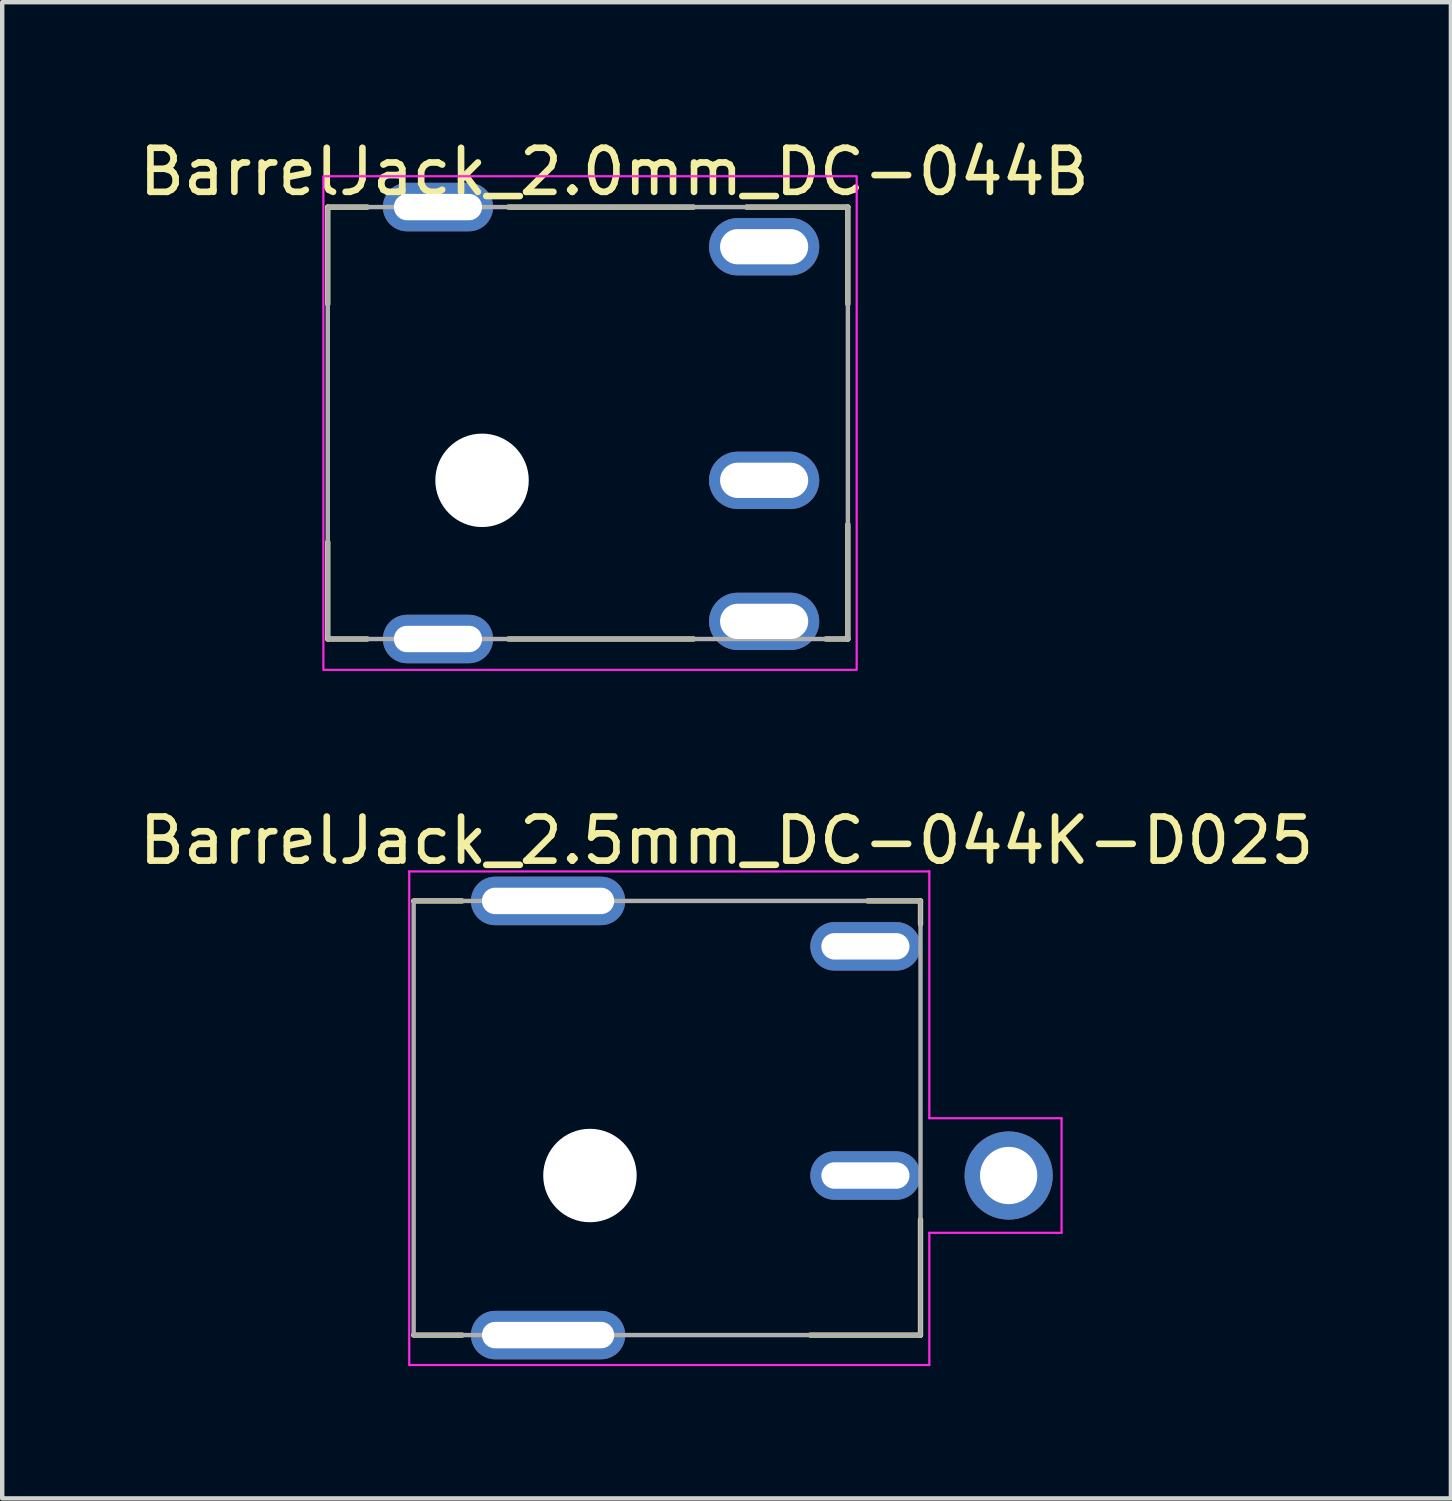
<source format=kicad_pcb>
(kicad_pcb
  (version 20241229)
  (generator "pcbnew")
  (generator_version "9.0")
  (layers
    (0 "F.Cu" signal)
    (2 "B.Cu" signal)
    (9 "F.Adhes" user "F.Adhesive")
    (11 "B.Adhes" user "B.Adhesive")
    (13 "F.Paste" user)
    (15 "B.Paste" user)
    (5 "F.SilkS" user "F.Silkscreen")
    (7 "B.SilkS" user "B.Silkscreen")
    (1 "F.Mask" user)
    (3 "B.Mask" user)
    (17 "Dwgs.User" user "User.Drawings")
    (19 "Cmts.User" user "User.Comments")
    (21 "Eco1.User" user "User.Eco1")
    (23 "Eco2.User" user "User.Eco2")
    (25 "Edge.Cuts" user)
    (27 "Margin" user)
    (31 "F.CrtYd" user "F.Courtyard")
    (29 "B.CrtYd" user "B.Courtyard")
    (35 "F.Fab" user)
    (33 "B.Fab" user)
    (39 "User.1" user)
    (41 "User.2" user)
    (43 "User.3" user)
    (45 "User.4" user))
  (footprint "BarrelJack_2.5mm_DC-044K-D025"
    (layer "F.Cu")
    (at 14.635 22.521)
    (property "Reference" "BarrelJack_2.5mm_DC-044K-D025" (at -1.2 -6.5 0) (unlocked yes) (layer "F.SilkS") (effects (font (size 1 1) (thickness 0.15))))
    (attr through_hole)
    (fp_line (start -7.2 -5.13) (end -8.3 -5.13) (stroke (width 0.12) (type solid)) (layer "F.SilkS"))
    (fp_line (start -7.2 4.72) (end -8.3 4.72) (stroke (width 0.12) (type solid)) (layer "F.SilkS"))
    (fp_line (start 3.2 -5.13) (end 2 -5.13) (stroke (width 0.12) (type solid)) (layer "F.SilkS"))
    (fp_line (start 3.2 -4.6) (end 3.2 -5.13) (stroke (width 0.12) (type solid)) (layer "F.SilkS"))
    (fp_line (start 3.2 2.1) (end 3.2 4.72) (stroke (width 0.12) (type solid)) (layer "F.SilkS"))
    (fp_line (start 3.2 4.72) (end 0.7 4.72) (stroke (width 0.12) (type solid)) (layer "F.SilkS"))
    (fp_line (start -8.4 -5.8) (end 3.4 -5.8) (stroke (width 0.05) (type solid)) (layer "F.CrtYd"))
    (fp_line (start -8.4 5.4) (end -8.4 -5.8) (stroke (width 0.05) (type solid)) (layer "F.CrtYd"))
    (fp_line (start 3.4 -5.8) (end 3.4 -0.2) (stroke (width 0.05) (type solid)) (layer "F.CrtYd"))
    (fp_line (start 3.4 -0.2) (end 6.4 -0.2) (stroke (width 0.05) (type solid)) (layer "F.CrtYd"))
    (fp_line (start 3.4 2.4) (end 3.4 5.4) (stroke (width 0.05) (type solid)) (layer "F.CrtYd"))
    (fp_line (start 3.4 5.4) (end -8.4 5.4) (stroke (width 0.05) (type solid)) (layer "F.CrtYd"))
    (fp_line (start 6.4 -0.2) (end 6.4 2.4) (stroke (width 0.05) (type solid)) (layer "F.CrtYd"))
    (fp_line (start 6.4 2.4) (end 3.4 2.4) (stroke (width 0.05) (type solid)) (layer "F.CrtYd"))
    (fp_rect (start -8.3 -5.13) (end 3.2 4.72) (stroke (width 0.1) (type solid)) (fill no) (layer "F.Fab"))
    (pad "" np_thru_hole circle (at -4.3 1.1 180) (size 2.12 2.12) (drill 2.12) (layers "*.Cu" "*.Mask"))
    (pad "1" thru_hole circle (at 5.2 1.1 180) (size 2 2) (drill 1.3) (layers "*.Cu" "*.Mask"))
    (pad "2" thru_hole oval (at 1.95 -4.1 180) (size 2.5 1.1) (drill oval 2 0.6) (layers "*.Cu" "*.Mask"))
    (pad "3" thru_hole oval (at 1.95 1.1 180) (size 2.5 1.1) (drill oval 2 0.6) (layers "*.Cu" "*.Mask"))
    (pad "MP" thru_hole oval (at -5.25 -5.13 180) (size 3.5 1.1) (drill oval 3 0.6) (layers "*.Cu" "*.Mask"))
    (pad "MP" thru_hole oval (at -5.25 4.72 180) (size 3.5 1.1) (drill oval 3 0.6) (layers "*.Cu" "*.Mask")))
  (footprint "BarrelJack_2.0mm_DC-044B"
    (layer "F.Cu")
    (at 3.887 7.848)
    (property "Reference" "BarrelJack_2.0mm_DC-044B" (at 7 -7 0) (unlocked yes) (layer "F.SilkS") (effects (font (size 1 1) (thickness 0.15))))
    (attr through_hole)
    (fp_line (start 0.5 -6.2) (end 0.5 -4) (stroke (width 0.12) (type solid)) (layer "F.SilkS"))
    (fp_line (start 0.5 1.4) (end 0.5 3.6) (stroke (width 0.12) (type solid)) (layer "F.SilkS"))
    (fp_line (start 1.4 -6.2) (end 0.5 -6.2) (stroke (width 0.12) (type solid)) (layer "F.SilkS"))
    (fp_line (start 1.4 3.6) (end 0.5 3.6) (stroke (width 0.12) (type solid)) (layer "F.SilkS"))
    (fp_line (start 4.6 -6.2) (end 8.8 -6.2) (stroke (width 0.12) (type solid)) (layer "F.SilkS"))
    (fp_line (start 4.6 3.6) (end 8.8 3.6) (stroke (width 0.12) (type solid)) (layer "F.SilkS"))
    (fp_line (start 10 -6.2) (end 12.3 -6.2) (stroke (width 0.12) (type solid)) (layer "F.SilkS"))
    (fp_line (start 11.8 3.6) (end 12.3 3.6) (stroke (width 0.12) (type solid)) (layer "F.SilkS"))
    (fp_line (start 12.3 -6.2) (end 12.3 -4) (stroke (width 0.12) (type solid)) (layer "F.SilkS"))
    (fp_line (start 12.3 3.6) (end 12.3 1) (stroke (width 0.12) (type solid)) (layer "F.SilkS"))
    (fp_rect (start 0.4 -6.9) (end 12.5 4.3) (stroke (width 0.05) (type solid)) (fill no) (layer "F.CrtYd"))
    (fp_rect (start 0.5 3.6) (end 12.3 -6.2) (stroke (width 0.1) (type solid)) (fill no) (layer "F.Fab"))
    (pad "" np_thru_hole circle (at 4 0 180) (size 2.12 2.12) (drill 2.12) (layers "*.Cu" "*.Mask"))
    (pad "1" thru_hole oval (at 10.4 3.2 180) (size 2.5 1.3) (drill oval 2 0.8) (layers "*.Cu" "*.Mask"))
    (pad "2" thru_hole oval (at 10.4 -5.3 180) (size 2.5 1.3) (drill oval 2 0.8) (layers "*.Cu" "*.Mask"))
    (pad "3" thru_hole oval (at 10.4 0 180) (size 2.5 1.3) (drill oval 2 0.8) (layers "*.Cu" "*.Mask"))
    (pad "MP" thru_hole oval (at 3 -6.2 180) (size 2.5 1.1) (drill oval 2 0.6) (layers "*.Cu" "*.Mask"))
    (pad "MP" thru_hole oval (at 3 3.6 180) (size 2.5 1.1) (drill oval 2 0.6) (layers "*.Cu" "*.Mask")))
  (gr_rect
    (start -3 -3)
    (end 29.869 30.947)
    (stroke (width 0.1) (type default))
    (fill no)
    (layer "Edge.Cuts")))
</source>
